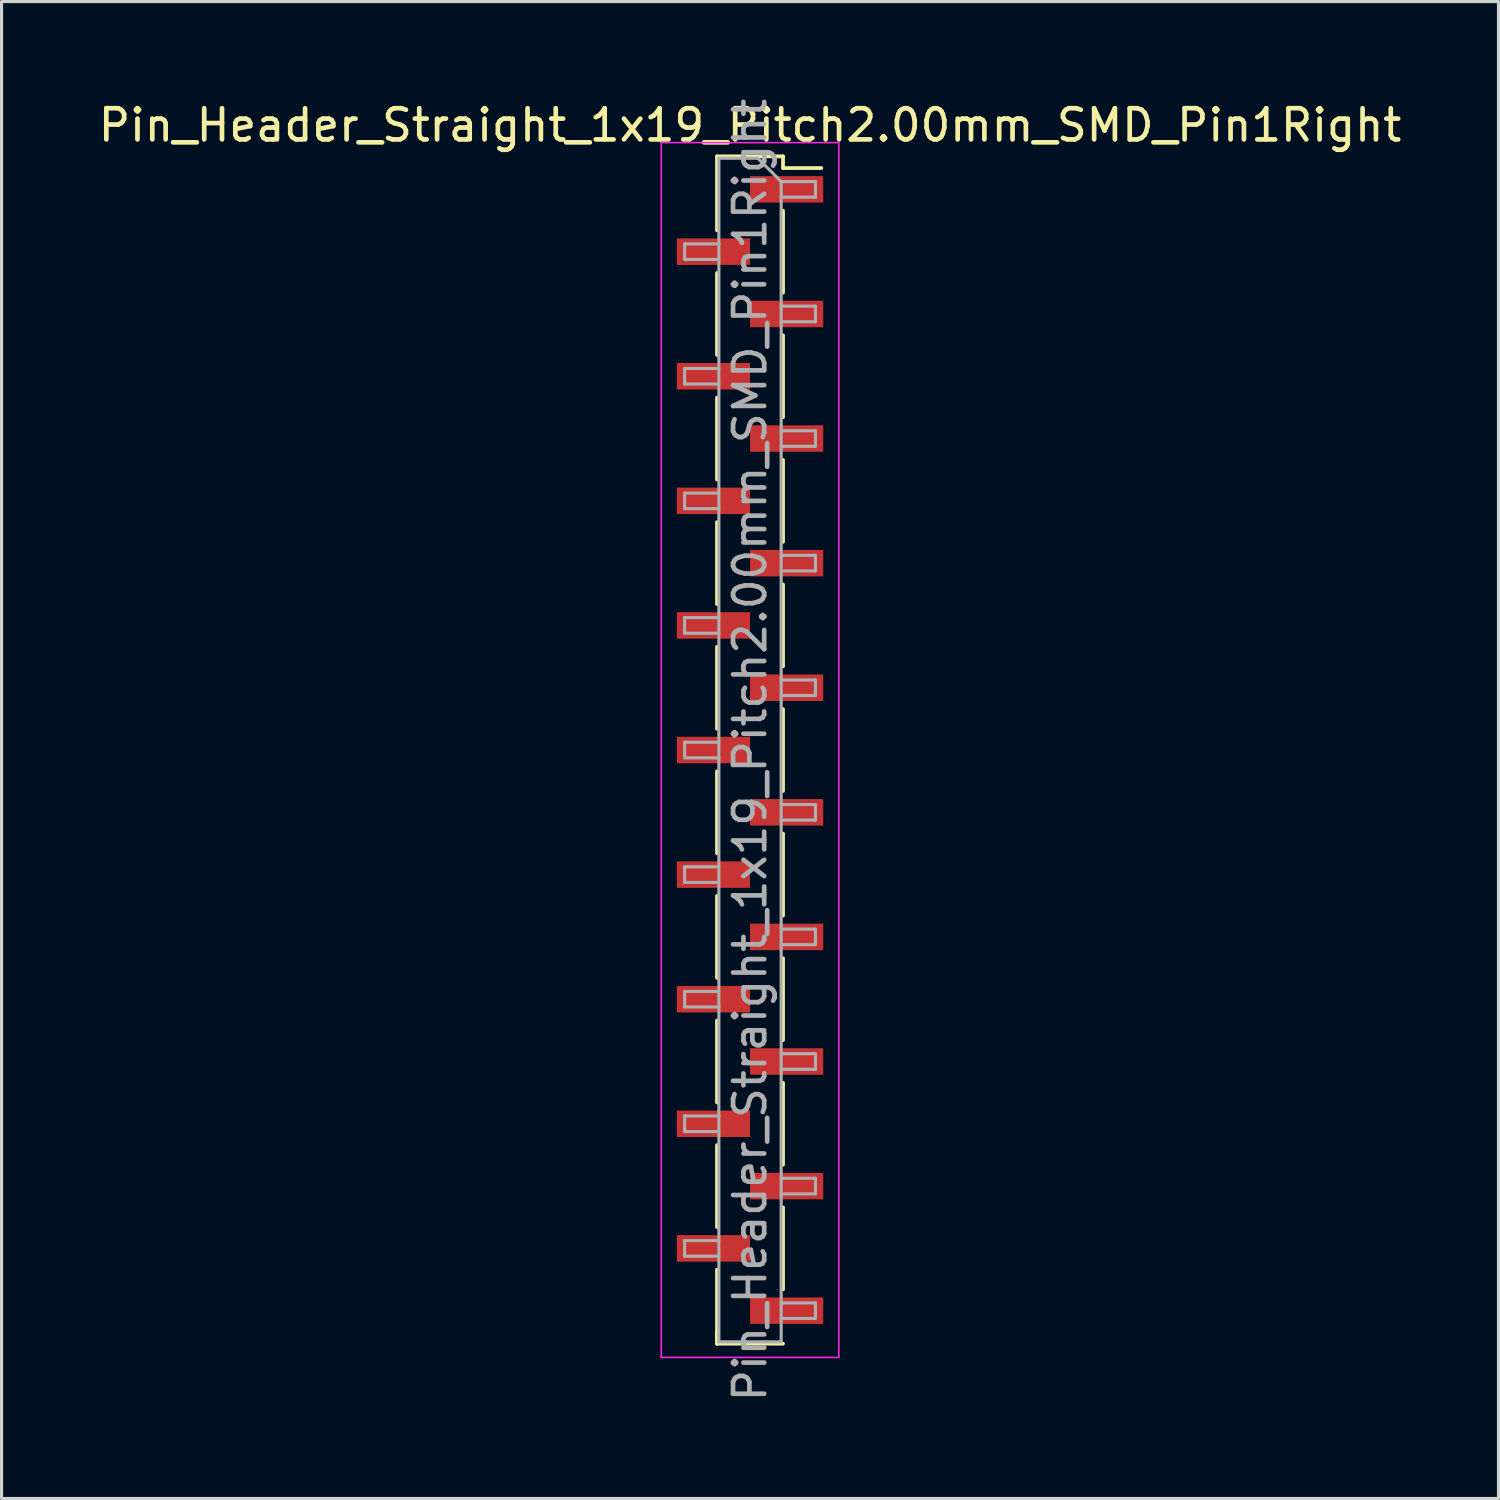
<source format=kicad_pcb>
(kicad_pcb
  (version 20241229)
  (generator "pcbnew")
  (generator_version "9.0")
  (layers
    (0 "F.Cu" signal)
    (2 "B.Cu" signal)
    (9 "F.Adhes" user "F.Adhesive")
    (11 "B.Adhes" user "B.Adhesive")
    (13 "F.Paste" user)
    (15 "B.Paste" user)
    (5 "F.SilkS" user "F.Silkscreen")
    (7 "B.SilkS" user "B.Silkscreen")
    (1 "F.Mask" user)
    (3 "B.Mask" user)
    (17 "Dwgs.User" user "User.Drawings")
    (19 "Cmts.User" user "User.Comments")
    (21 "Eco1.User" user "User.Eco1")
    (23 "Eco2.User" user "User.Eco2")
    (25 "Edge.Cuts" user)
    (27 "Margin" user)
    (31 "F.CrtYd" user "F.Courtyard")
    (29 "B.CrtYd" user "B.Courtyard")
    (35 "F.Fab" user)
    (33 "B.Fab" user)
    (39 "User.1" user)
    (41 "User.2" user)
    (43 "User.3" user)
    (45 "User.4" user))
  (footprint "Pin_Header_Straight_1x19_Pitch2.00mm_SMD_Pin1Right"
    (layer "F.Cu")
    (at 21.03 21.03)
    (property "Reference" "Pin_Header_Straight_1x19_Pitch2.00mm_SMD_Pin1Right" (at 0 -20.06 0) (layer "F.SilkS") (effects (font (size 1 1) (thickness 0.15))))
    (attr smd)
    (fp_line (start -1.06 -19.06) (end -1.06 -16.685) (stroke (width 0.12) (type solid)) (layer "F.SilkS"))
    (fp_line (start -1.06 -19.06) (end 1.06 -19.06) (stroke (width 0.12) (type solid)) (layer "F.SilkS"))
    (fp_line (start -1.06 -15.315) (end -1.06 -12.685) (stroke (width 0.12) (type solid)) (layer "F.SilkS"))
    (fp_line (start -1.06 -11.315) (end -1.06 -8.685) (stroke (width 0.12) (type solid)) (layer "F.SilkS"))
    (fp_line (start -1.06 -7.315) (end -1.06 -4.685) (stroke (width 0.12) (type solid)) (layer "F.SilkS"))
    (fp_line (start -1.06 -3.315) (end -1.06 -0.685) (stroke (width 0.12) (type solid)) (layer "F.SilkS"))
    (fp_line (start -1.06 0.685) (end -1.06 3.315) (stroke (width 0.12) (type solid)) (layer "F.SilkS"))
    (fp_line (start -1.06 4.685) (end -1.06 7.315) (stroke (width 0.12) (type solid)) (layer "F.SilkS"))
    (fp_line (start -1.06 8.685) (end -1.06 11.315) (stroke (width 0.12) (type solid)) (layer "F.SilkS"))
    (fp_line (start -1.06 12.685) (end -1.06 15.315) (stroke (width 0.12) (type solid)) (layer "F.SilkS"))
    (fp_line (start -1.06 16.685) (end -1.06 19.06) (stroke (width 0.12) (type solid)) (layer "F.SilkS"))
    (fp_line (start -1.06 18.685) (end -1.06 19.06) (stroke (width 0.12) (type solid)) (layer "F.SilkS"))
    (fp_line (start -1.06 19.06) (end 1.06 19.06) (stroke (width 0.12) (type solid)) (layer "F.SilkS"))
    (fp_line (start 1.06 -19.06) (end 1.06 -18.685) (stroke (width 0.12) (type solid)) (layer "F.SilkS"))
    (fp_line (start 1.06 -18.685) (end 2.29 -18.685) (stroke (width 0.12) (type solid)) (layer "F.SilkS"))
    (fp_line (start 1.06 -17.315) (end 1.06 -14.685) (stroke (width 0.12) (type solid)) (layer "F.SilkS"))
    (fp_line (start 1.06 -13.315) (end 1.06 -10.685) (stroke (width 0.12) (type solid)) (layer "F.SilkS"))
    (fp_line (start 1.06 -9.315) (end 1.06 -6.685) (stroke (width 0.12) (type solid)) (layer "F.SilkS"))
    (fp_line (start 1.06 -5.315) (end 1.06 -2.685) (stroke (width 0.12) (type solid)) (layer "F.SilkS"))
    (fp_line (start 1.06 -1.315) (end 1.06 1.315) (stroke (width 0.12) (type solid)) (layer "F.SilkS"))
    (fp_line (start 1.06 2.685) (end 1.06 5.315) (stroke (width 0.12) (type solid)) (layer "F.SilkS"))
    (fp_line (start 1.06 6.685) (end 1.06 9.315) (stroke (width 0.12) (type solid)) (layer "F.SilkS"))
    (fp_line (start 1.06 10.685) (end 1.06 13.315) (stroke (width 0.12) (type solid)) (layer "F.SilkS"))
    (fp_line (start 1.06 14.685) (end 1.06 17.315) (stroke (width 0.12) (type solid)) (layer "F.SilkS"))
    (fp_line (start -2.85 -19.5) (end -2.85 19.5) (stroke (width 0.05) (type solid)) (layer "F.CrtYd"))
    (fp_line (start -2.85 19.5) (end 2.85 19.5) (stroke (width 0.05) (type solid)) (layer "F.CrtYd"))
    (fp_line (start 2.85 -19.5) (end -2.85 -19.5) (stroke (width 0.05) (type solid)) (layer "F.CrtYd"))
    (fp_line (start 2.85 19.5) (end 2.85 -19.5) (stroke (width 0.05) (type solid)) (layer "F.CrtYd"))
    (fp_line (start -2.1 -16.25) (end -2.1 -15.75) (stroke (width 0.1) (type solid)) (layer "F.Fab"))
    (fp_line (start -2.1 -15.75) (end -1 -15.75) (stroke (width 0.1) (type solid)) (layer "F.Fab"))
    (fp_line (start -2.1 -12.25) (end -2.1 -11.75) (stroke (width 0.1) (type solid)) (layer "F.Fab"))
    (fp_line (start -2.1 -11.75) (end -1 -11.75) (stroke (width 0.1) (type solid)) (layer "F.Fab"))
    (fp_line (start -2.1 -8.25) (end -2.1 -7.75) (stroke (width 0.1) (type solid)) (layer "F.Fab"))
    (fp_line (start -2.1 -7.75) (end -1 -7.75) (stroke (width 0.1) (type solid)) (layer "F.Fab"))
    (fp_line (start -2.1 -4.25) (end -2.1 -3.75) (stroke (width 0.1) (type solid)) (layer "F.Fab"))
    (fp_line (start -2.1 -3.75) (end -1 -3.75) (stroke (width 0.1) (type solid)) (layer "F.Fab"))
    (fp_line (start -2.1 -0.25) (end -2.1 0.25) (stroke (width 0.1) (type solid)) (layer "F.Fab"))
    (fp_line (start -2.1 0.25) (end -1 0.25) (stroke (width 0.1) (type solid)) (layer "F.Fab"))
    (fp_line (start -2.1 3.75) (end -2.1 4.25) (stroke (width 0.1) (type solid)) (layer "F.Fab"))
    (fp_line (start -2.1 4.25) (end -1 4.25) (stroke (width 0.1) (type solid)) (layer "F.Fab"))
    (fp_line (start -2.1 7.75) (end -2.1 8.25) (stroke (width 0.1) (type solid)) (layer "F.Fab"))
    (fp_line (start -2.1 8.25) (end -1 8.25) (stroke (width 0.1) (type solid)) (layer "F.Fab"))
    (fp_line (start -2.1 11.75) (end -2.1 12.25) (stroke (width 0.1) (type solid)) (layer "F.Fab"))
    (fp_line (start -2.1 12.25) (end -1 12.25) (stroke (width 0.1) (type solid)) (layer "F.Fab"))
    (fp_line (start -2.1 15.75) (end -2.1 16.25) (stroke (width 0.1) (type solid)) (layer "F.Fab"))
    (fp_line (start -2.1 16.25) (end -1 16.25) (stroke (width 0.1) (type solid)) (layer "F.Fab"))
    (fp_line (start -1 -19) (end -1 19) (stroke (width 0.1) (type solid)) (layer "F.Fab"))
    (fp_line (start -1 -19) (end 0.25 -19) (stroke (width 0.1) (type solid)) (layer "F.Fab"))
    (fp_line (start -1 -16.25) (end -2.1 -16.25) (stroke (width 0.1) (type solid)) (layer "F.Fab"))
    (fp_line (start -1 -12.25) (end -2.1 -12.25) (stroke (width 0.1) (type solid)) (layer "F.Fab"))
    (fp_line (start -1 -8.25) (end -2.1 -8.25) (stroke (width 0.1) (type solid)) (layer "F.Fab"))
    (fp_line (start -1 -4.25) (end -2.1 -4.25) (stroke (width 0.1) (type solid)) (layer "F.Fab"))
    (fp_line (start -1 -0.25) (end -2.1 -0.25) (stroke (width 0.1) (type solid)) (layer "F.Fab"))
    (fp_line (start -1 3.75) (end -2.1 3.75) (stroke (width 0.1) (type solid)) (layer "F.Fab"))
    (fp_line (start -1 7.75) (end -2.1 7.75) (stroke (width 0.1) (type solid)) (layer "F.Fab"))
    (fp_line (start -1 11.75) (end -2.1 11.75) (stroke (width 0.1) (type solid)) (layer "F.Fab"))
    (fp_line (start -1 15.75) (end -2.1 15.75) (stroke (width 0.1) (type solid)) (layer "F.Fab"))
    (fp_line (start 1 -18.25) (end 0.25 -19) (stroke (width 0.1) (type solid)) (layer "F.Fab"))
    (fp_line (start 1 -18.25) (end 2.1 -18.25) (stroke (width 0.1) (type solid)) (layer "F.Fab"))
    (fp_line (start 1 -14.25) (end 2.1 -14.25) (stroke (width 0.1) (type solid)) (layer "F.Fab"))
    (fp_line (start 1 -10.25) (end 2.1 -10.25) (stroke (width 0.1) (type solid)) (layer "F.Fab"))
    (fp_line (start 1 -6.25) (end 2.1 -6.25) (stroke (width 0.1) (type solid)) (layer "F.Fab"))
    (fp_line (start 1 -2.25) (end 2.1 -2.25) (stroke (width 0.1) (type solid)) (layer "F.Fab"))
    (fp_line (start 1 1.75) (end 2.1 1.75) (stroke (width 0.1) (type solid)) (layer "F.Fab"))
    (fp_line (start 1 5.75) (end 2.1 5.75) (stroke (width 0.1) (type solid)) (layer "F.Fab"))
    (fp_line (start 1 9.75) (end 2.1 9.75) (stroke (width 0.1) (type solid)) (layer "F.Fab"))
    (fp_line (start 1 13.75) (end 2.1 13.75) (stroke (width 0.1) (type solid)) (layer "F.Fab"))
    (fp_line (start 1 17.75) (end 2.1 17.75) (stroke (width 0.1) (type solid)) (layer "F.Fab"))
    (fp_line (start 1 19) (end -1 19) (stroke (width 0.1) (type solid)) (layer "F.Fab"))
    (fp_line (start 1 19) (end 1 -18.25) (stroke (width 0.1) (type solid)) (layer "F.Fab"))
    (fp_line (start 2.1 -18.25) (end 2.1 -17.75) (stroke (width 0.1) (type solid)) (layer "F.Fab"))
    (fp_line (start 2.1 -17.75) (end 1 -17.75) (stroke (width 0.1) (type solid)) (layer "F.Fab"))
    (fp_line (start 2.1 -14.25) (end 2.1 -13.75) (stroke (width 0.1) (type solid)) (layer "F.Fab"))
    (fp_line (start 2.1 -13.75) (end 1 -13.75) (stroke (width 0.1) (type solid)) (layer "F.Fab"))
    (fp_line (start 2.1 -10.25) (end 2.1 -9.75) (stroke (width 0.1) (type solid)) (layer "F.Fab"))
    (fp_line (start 2.1 -9.75) (end 1 -9.75) (stroke (width 0.1) (type solid)) (layer "F.Fab"))
    (fp_line (start 2.1 -6.25) (end 2.1 -5.75) (stroke (width 0.1) (type solid)) (layer "F.Fab"))
    (fp_line (start 2.1 -5.75) (end 1 -5.75) (stroke (width 0.1) (type solid)) (layer "F.Fab"))
    (fp_line (start 2.1 -2.25) (end 2.1 -1.75) (stroke (width 0.1) (type solid)) (layer "F.Fab"))
    (fp_line (start 2.1 -1.75) (end 1 -1.75) (stroke (width 0.1) (type solid)) (layer "F.Fab"))
    (fp_line (start 2.1 1.75) (end 2.1 2.25) (stroke (width 0.1) (type solid)) (layer "F.Fab"))
    (fp_line (start 2.1 2.25) (end 1 2.25) (stroke (width 0.1) (type solid)) (layer "F.Fab"))
    (fp_line (start 2.1 5.75) (end 2.1 6.25) (stroke (width 0.1) (type solid)) (layer "F.Fab"))
    (fp_line (start 2.1 6.25) (end 1 6.25) (stroke (width 0.1) (type solid)) (layer "F.Fab"))
    (fp_line (start 2.1 9.75) (end 2.1 10.25) (stroke (width 0.1) (type solid)) (layer "F.Fab"))
    (fp_line (start 2.1 10.25) (end 1 10.25) (stroke (width 0.1) (type solid)) (layer "F.Fab"))
    (fp_line (start 2.1 13.75) (end 2.1 14.25) (stroke (width 0.1) (type solid)) (layer "F.Fab"))
    (fp_line (start 2.1 14.25) (end 1 14.25) (stroke (width 0.1) (type solid)) (layer "F.Fab"))
    (fp_line (start 2.1 17.75) (end 2.1 18.25) (stroke (width 0.1) (type solid)) (layer "F.Fab"))
    (fp_line (start 2.1 18.25) (end 1 18.25) (stroke (width 0.1) (type solid)) (layer "F.Fab"))
    (fp_text user "${REFERENCE}" (at 0 0 90) (layer "F.Fab") (effects (font (size 1 1) (thickness 0.15))))
    (pad "1" smd rect (at 1.175 -18) (size 2.35 0.85) (layers "F.Cu" "F.Mask" "F.Paste"))
    (pad "2" smd rect (at -1.175 -16) (size 2.35 0.85) (layers "F.Cu" "F.Mask" "F.Paste"))
    (pad "3" smd rect (at 1.175 -14) (size 2.35 0.85) (layers "F.Cu" "F.Mask" "F.Paste"))
    (pad "4" smd rect (at -1.175 -12) (size 2.35 0.85) (layers "F.Cu" "F.Mask" "F.Paste"))
    (pad "5" smd rect (at 1.175 -10) (size 2.35 0.85) (layers "F.Cu" "F.Mask" "F.Paste"))
    (pad "6" smd rect (at -1.175 -8) (size 2.35 0.85) (layers "F.Cu" "F.Mask" "F.Paste"))
    (pad "7" smd rect (at 1.175 -6) (size 2.35 0.85) (layers "F.Cu" "F.Mask" "F.Paste"))
    (pad "8" smd rect (at -1.175 -4) (size 2.35 0.85) (layers "F.Cu" "F.Mask" "F.Paste"))
    (pad "9" smd rect (at 1.175 -2) (size 2.35 0.85) (layers "F.Cu" "F.Mask" "F.Paste"))
    (pad "10" smd rect (at -1.175 0) (size 2.35 0.85) (layers "F.Cu" "F.Mask" "F.Paste"))
    (pad "11" smd rect (at 1.175 2) (size 2.35 0.85) (layers "F.Cu" "F.Mask" "F.Paste"))
    (pad "12" smd rect (at -1.175 4) (size 2.35 0.85) (layers "F.Cu" "F.Mask" "F.Paste"))
    (pad "13" smd rect (at 1.175 6) (size 2.35 0.85) (layers "F.Cu" "F.Mask" "F.Paste"))
    (pad "14" smd rect (at -1.175 8) (size 2.35 0.85) (layers "F.Cu" "F.Mask" "F.Paste"))
    (pad "15" smd rect (at 1.175 10) (size 2.35 0.85) (layers "F.Cu" "F.Mask" "F.Paste"))
    (pad "16" smd rect (at -1.175 12) (size 2.35 0.85) (layers "F.Cu" "F.Mask" "F.Paste"))
    (pad "17" smd rect (at 1.175 14) (size 2.35 0.85) (layers "F.Cu" "F.Mask" "F.Paste"))
    (pad "18" smd rect (at -1.175 16) (size 2.35 0.85) (layers "F.Cu" "F.Mask" "F.Paste"))
    (pad "19" smd rect (at 1.175 18) (size 2.35 0.85) (layers "F.Cu" "F.Mask" "F.Paste")))
  (gr_rect
    (start -3 -3)
    (end 45.06 45.06)
    (stroke (width 0.1) (type default))
    (fill no)
    (layer "Edge.Cuts")))
</source>
